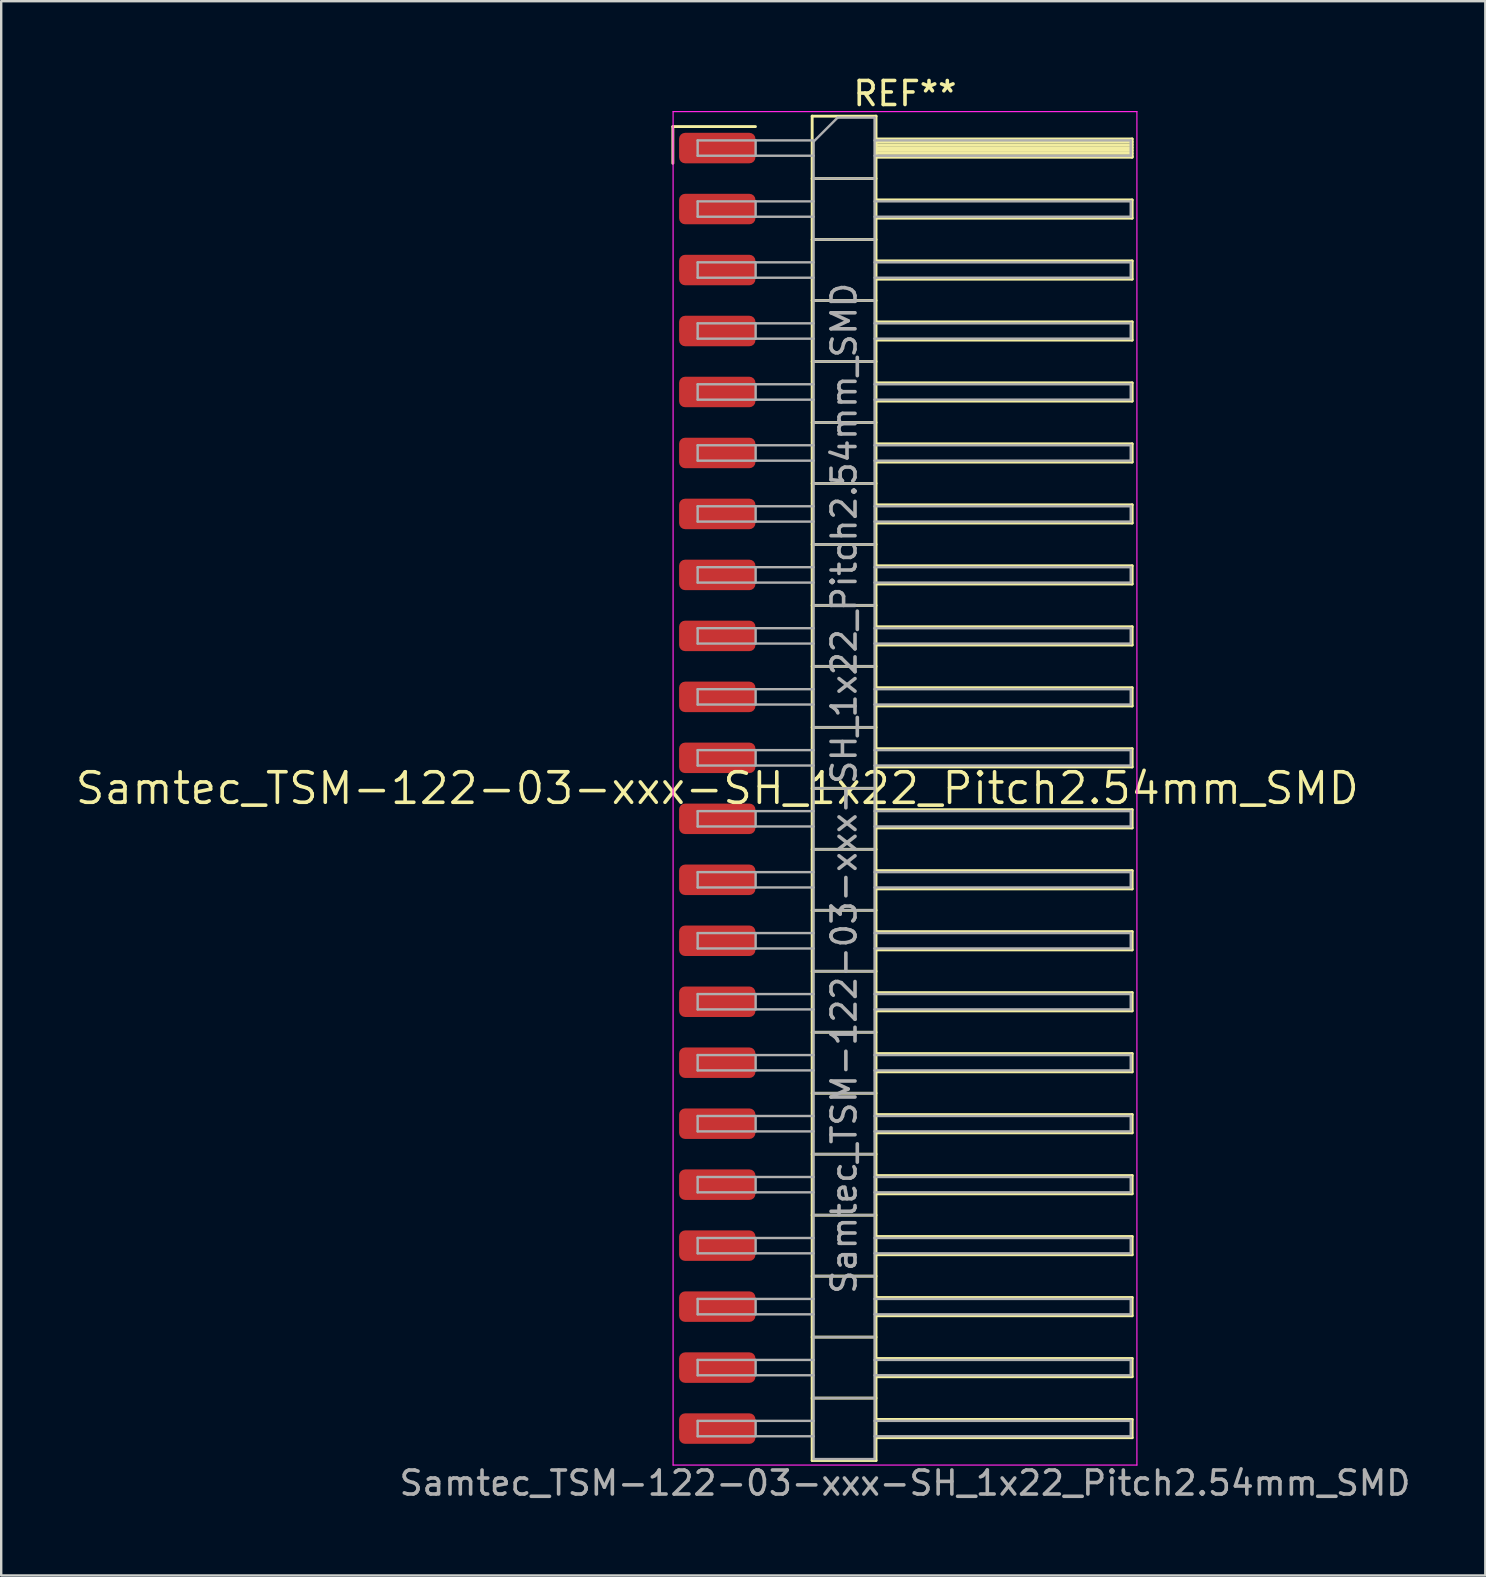
<source format=kicad_pcb>
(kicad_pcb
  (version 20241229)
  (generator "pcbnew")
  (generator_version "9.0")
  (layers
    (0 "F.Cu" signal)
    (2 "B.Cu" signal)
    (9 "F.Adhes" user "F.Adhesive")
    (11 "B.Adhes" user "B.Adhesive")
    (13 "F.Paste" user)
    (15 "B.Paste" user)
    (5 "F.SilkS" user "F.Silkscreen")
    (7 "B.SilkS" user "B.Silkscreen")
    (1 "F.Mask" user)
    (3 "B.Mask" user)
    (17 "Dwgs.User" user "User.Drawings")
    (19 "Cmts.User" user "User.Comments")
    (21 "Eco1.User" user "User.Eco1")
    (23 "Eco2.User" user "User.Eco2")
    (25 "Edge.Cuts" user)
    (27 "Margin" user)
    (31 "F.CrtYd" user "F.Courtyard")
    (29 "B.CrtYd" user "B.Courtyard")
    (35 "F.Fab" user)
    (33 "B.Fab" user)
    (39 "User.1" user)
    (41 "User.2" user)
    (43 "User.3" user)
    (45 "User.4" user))
  (footprint "Samtec_TSM-122-03-xxx-SH_1x22_Pitch2.54mm_SMD"
    (layer "F.Cu")
    (at 26.828 29.788)
    (property "Reference" "Samtec_TSM-122-03-xxx-SH_1x22_Pitch2.54mm_SMD" (at 0 0 0) (layer "F.SilkS") (effects (font (size 1.27 1.27) (thickness 0.15))))
    (attr smd)
    (fp_line (start -1.85 -27.565) (end 1.59 -27.565) (stroke (width 0.12) (type solid)) (layer "F.SilkS"))
    (fp_line (start -1.85 -26.035) (end -1.85 -27.565) (stroke (width 0.12) (type solid)) (layer "F.SilkS"))
    (fp_line (start 3.953 -28) (end 6.613 -28) (stroke (width 0.12) (type solid)) (layer "F.SilkS"))
    (fp_line (start 3.953 -25.4) (end 6.613 -25.4) (stroke (width 0.12) (type solid)) (layer "F.SilkS"))
    (fp_line (start 3.953 -22.86) (end 6.613 -22.86) (stroke (width 0.12) (type solid)) (layer "F.SilkS"))
    (fp_line (start 3.953 -20.32) (end 6.613 -20.32) (stroke (width 0.12) (type solid)) (layer "F.SilkS"))
    (fp_line (start 3.953 -17.78) (end 6.613 -17.78) (stroke (width 0.12) (type solid)) (layer "F.SilkS"))
    (fp_line (start 3.953 -15.24) (end 6.613 -15.24) (stroke (width 0.12) (type solid)) (layer "F.SilkS"))
    (fp_line (start 3.953 -12.7) (end 6.613 -12.7) (stroke (width 0.12) (type solid)) (layer "F.SilkS"))
    (fp_line (start 3.953 -10.16) (end 6.613 -10.16) (stroke (width 0.12) (type solid)) (layer "F.SilkS"))
    (fp_line (start 3.953 -7.62) (end 6.613 -7.62) (stroke (width 0.12) (type solid)) (layer "F.SilkS"))
    (fp_line (start 3.953 -5.08) (end 6.613 -5.08) (stroke (width 0.12) (type solid)) (layer "F.SilkS"))
    (fp_line (start 3.953 -2.54) (end 6.613 -2.54) (stroke (width 0.12) (type solid)) (layer "F.SilkS"))
    (fp_line (start 3.953 0) (end 6.613 0) (stroke (width 0.12) (type solid)) (layer "F.SilkS"))
    (fp_line (start 3.953 2.54) (end 6.613 2.54) (stroke (width 0.12) (type solid)) (layer "F.SilkS"))
    (fp_line (start 3.953 5.08) (end 6.613 5.08) (stroke (width 0.12) (type solid)) (layer "F.SilkS"))
    (fp_line (start 3.953 7.62) (end 6.613 7.62) (stroke (width 0.12) (type solid)) (layer "F.SilkS"))
    (fp_line (start 3.953 10.16) (end 6.613 10.16) (stroke (width 0.12) (type solid)) (layer "F.SilkS"))
    (fp_line (start 3.953 12.7) (end 6.613 12.7) (stroke (width 0.12) (type solid)) (layer "F.SilkS"))
    (fp_line (start 3.953 15.24) (end 6.613 15.24) (stroke (width 0.12) (type solid)) (layer "F.SilkS"))
    (fp_line (start 3.953 17.78) (end 6.613 17.78) (stroke (width 0.12) (type solid)) (layer "F.SilkS"))
    (fp_line (start 3.953 20.32) (end 6.613 20.32) (stroke (width 0.12) (type solid)) (layer "F.SilkS"))
    (fp_line (start 3.953 22.86) (end 6.613 22.86) (stroke (width 0.12) (type solid)) (layer "F.SilkS"))
    (fp_line (start 3.953 25.4) (end 6.613 25.4) (stroke (width 0.12) (type solid)) (layer "F.SilkS"))
    (fp_line (start 3.953 28) (end 3.953 -28) (stroke (width 0.12) (type solid)) (layer "F.SilkS"))
    (fp_line (start 6.613 -28) (end 6.613 28) (stroke (width 0.12) (type solid)) (layer "F.SilkS"))
    (fp_line (start 6.613 -27.05) (end 17.283 -27.05) (stroke (width 0.12) (type solid)) (layer "F.SilkS"))
    (fp_line (start 6.613 -26.93) (end 17.283 -26.93) (stroke (width 0.12) (type solid)) (layer "F.SilkS"))
    (fp_line (start 6.613 -26.81) (end 17.283 -26.81) (stroke (width 0.12) (type solid)) (layer "F.SilkS"))
    (fp_line (start 6.613 -26.69) (end 17.283 -26.69) (stroke (width 0.12) (type solid)) (layer "F.SilkS"))
    (fp_line (start 6.613 -26.57) (end 17.283 -26.57) (stroke (width 0.12) (type solid)) (layer "F.SilkS"))
    (fp_line (start 6.613 -26.45) (end 17.283 -26.45) (stroke (width 0.12) (type solid)) (layer "F.SilkS"))
    (fp_line (start 6.613 -26.33) (end 17.283 -26.33) (stroke (width 0.12) (type solid)) (layer "F.SilkS"))
    (fp_line (start 6.613 -26.29) (end 17.283 -26.29) (stroke (width 0.12) (type solid)) (layer "F.SilkS"))
    (fp_line (start 6.613 -24.51) (end 17.283 -24.51) (stroke (width 0.12) (type solid)) (layer "F.SilkS"))
    (fp_line (start 6.613 -23.75) (end 17.283 -23.75) (stroke (width 0.12) (type solid)) (layer "F.SilkS"))
    (fp_line (start 6.613 -21.97) (end 17.283 -21.97) (stroke (width 0.12) (type solid)) (layer "F.SilkS"))
    (fp_line (start 6.613 -21.21) (end 17.283 -21.21) (stroke (width 0.12) (type solid)) (layer "F.SilkS"))
    (fp_line (start 6.613 -19.43) (end 17.283 -19.43) (stroke (width 0.12) (type solid)) (layer "F.SilkS"))
    (fp_line (start 6.613 -18.67) (end 17.283 -18.67) (stroke (width 0.12) (type solid)) (layer "F.SilkS"))
    (fp_line (start 6.613 -16.89) (end 17.283 -16.89) (stroke (width 0.12) (type solid)) (layer "F.SilkS"))
    (fp_line (start 6.613 -16.13) (end 17.283 -16.13) (stroke (width 0.12) (type solid)) (layer "F.SilkS"))
    (fp_line (start 6.613 -14.35) (end 17.283 -14.35) (stroke (width 0.12) (type solid)) (layer "F.SilkS"))
    (fp_line (start 6.613 -13.59) (end 17.283 -13.59) (stroke (width 0.12) (type solid)) (layer "F.SilkS"))
    (fp_line (start 6.613 -11.81) (end 17.283 -11.81) (stroke (width 0.12) (type solid)) (layer "F.SilkS"))
    (fp_line (start 6.613 -11.05) (end 17.283 -11.05) (stroke (width 0.12) (type solid)) (layer "F.SilkS"))
    (fp_line (start 6.613 -9.27) (end 17.283 -9.27) (stroke (width 0.12) (type solid)) (layer "F.SilkS"))
    (fp_line (start 6.613 -8.51) (end 17.283 -8.51) (stroke (width 0.12) (type solid)) (layer "F.SilkS"))
    (fp_line (start 6.613 -6.73) (end 17.283 -6.73) (stroke (width 0.12) (type solid)) (layer "F.SilkS"))
    (fp_line (start 6.613 -5.97) (end 17.283 -5.97) (stroke (width 0.12) (type solid)) (layer "F.SilkS"))
    (fp_line (start 6.613 -4.19) (end 17.283 -4.19) (stroke (width 0.12) (type solid)) (layer "F.SilkS"))
    (fp_line (start 6.613 -3.43) (end 17.283 -3.43) (stroke (width 0.12) (type solid)) (layer "F.SilkS"))
    (fp_line (start 6.613 -1.65) (end 17.283 -1.65) (stroke (width 0.12) (type solid)) (layer "F.SilkS"))
    (fp_line (start 6.613 -0.89) (end 17.283 -0.89) (stroke (width 0.12) (type solid)) (layer "F.SilkS"))
    (fp_line (start 6.613 0.89) (end 17.283 0.89) (stroke (width 0.12) (type solid)) (layer "F.SilkS"))
    (fp_line (start 6.613 1.65) (end 17.283 1.65) (stroke (width 0.12) (type solid)) (layer "F.SilkS"))
    (fp_line (start 6.613 3.43) (end 17.283 3.43) (stroke (width 0.12) (type solid)) (layer "F.SilkS"))
    (fp_line (start 6.613 4.19) (end 17.283 4.19) (stroke (width 0.12) (type solid)) (layer "F.SilkS"))
    (fp_line (start 6.613 5.97) (end 17.283 5.97) (stroke (width 0.12) (type solid)) (layer "F.SilkS"))
    (fp_line (start 6.613 6.73) (end 17.283 6.73) (stroke (width 0.12) (type solid)) (layer "F.SilkS"))
    (fp_line (start 6.613 8.51) (end 17.283 8.51) (stroke (width 0.12) (type solid)) (layer "F.SilkS"))
    (fp_line (start 6.613 9.27) (end 17.283 9.27) (stroke (width 0.12) (type solid)) (layer "F.SilkS"))
    (fp_line (start 6.613 11.05) (end 17.283 11.05) (stroke (width 0.12) (type solid)) (layer "F.SilkS"))
    (fp_line (start 6.613 11.81) (end 17.283 11.81) (stroke (width 0.12) (type solid)) (layer "F.SilkS"))
    (fp_line (start 6.613 13.59) (end 17.283 13.59) (stroke (width 0.12) (type solid)) (layer "F.SilkS"))
    (fp_line (start 6.613 14.35) (end 17.283 14.35) (stroke (width 0.12) (type solid)) (layer "F.SilkS"))
    (fp_line (start 6.613 16.13) (end 17.283 16.13) (stroke (width 0.12) (type solid)) (layer "F.SilkS"))
    (fp_line (start 6.613 16.89) (end 17.283 16.89) (stroke (width 0.12) (type solid)) (layer "F.SilkS"))
    (fp_line (start 6.613 18.67) (end 17.283 18.67) (stroke (width 0.12) (type solid)) (layer "F.SilkS"))
    (fp_line (start 6.613 19.43) (end 17.283 19.43) (stroke (width 0.12) (type solid)) (layer "F.SilkS"))
    (fp_line (start 6.613 21.21) (end 17.283 21.21) (stroke (width 0.12) (type solid)) (layer "F.SilkS"))
    (fp_line (start 6.613 21.97) (end 17.283 21.97) (stroke (width 0.12) (type solid)) (layer "F.SilkS"))
    (fp_line (start 6.613 23.75) (end 17.283 23.75) (stroke (width 0.12) (type solid)) (layer "F.SilkS"))
    (fp_line (start 6.613 24.51) (end 17.283 24.51) (stroke (width 0.12) (type solid)) (layer "F.SilkS"))
    (fp_line (start 6.613 26.29) (end 17.283 26.29) (stroke (width 0.12) (type solid)) (layer "F.SilkS"))
    (fp_line (start 6.613 27.05) (end 17.283 27.05) (stroke (width 0.12) (type solid)) (layer "F.SilkS"))
    (fp_line (start 6.613 28) (end 3.953 28) (stroke (width 0.12) (type solid)) (layer "F.SilkS"))
    (fp_line (start 17.283 -27.05) (end 17.283 -26.29) (stroke (width 0.12) (type solid)) (layer "F.SilkS"))
    (fp_line (start 17.283 -24.51) (end 17.283 -23.75) (stroke (width 0.12) (type solid)) (layer "F.SilkS"))
    (fp_line (start 17.283 -21.97) (end 17.283 -21.21) (stroke (width 0.12) (type solid)) (layer "F.SilkS"))
    (fp_line (start 17.283 -19.43) (end 17.283 -18.67) (stroke (width 0.12) (type solid)) (layer "F.SilkS"))
    (fp_line (start 17.283 -16.89) (end 17.283 -16.13) (stroke (width 0.12) (type solid)) (layer "F.SilkS"))
    (fp_line (start 17.283 -14.35) (end 17.283 -13.59) (stroke (width 0.12) (type solid)) (layer "F.SilkS"))
    (fp_line (start 17.283 -11.81) (end 17.283 -11.05) (stroke (width 0.12) (type solid)) (layer "F.SilkS"))
    (fp_line (start 17.283 -9.27) (end 17.283 -8.51) (stroke (width 0.12) (type solid)) (layer "F.SilkS"))
    (fp_line (start 17.283 -6.73) (end 17.283 -5.97) (stroke (width 0.12) (type solid)) (layer "F.SilkS"))
    (fp_line (start 17.283 -4.19) (end 17.283 -3.43) (stroke (width 0.12) (type solid)) (layer "F.SilkS"))
    (fp_line (start 17.283 -1.65) (end 17.283 -0.89) (stroke (width 0.12) (type solid)) (layer "F.SilkS"))
    (fp_line (start 17.283 0.89) (end 17.283 1.65) (stroke (width 0.12) (type solid)) (layer "F.SilkS"))
    (fp_line (start 17.283 3.43) (end 17.283 4.19) (stroke (width 0.12) (type solid)) (layer "F.SilkS"))
    (fp_line (start 17.283 5.97) (end 17.283 6.73) (stroke (width 0.12) (type solid)) (layer "F.SilkS"))
    (fp_line (start 17.283 8.51) (end 17.283 9.27) (stroke (width 0.12) (type solid)) (layer "F.SilkS"))
    (fp_line (start 17.283 11.05) (end 17.283 11.81) (stroke (width 0.12) (type solid)) (layer "F.SilkS"))
    (fp_line (start 17.283 13.59) (end 17.283 14.35) (stroke (width 0.12) (type solid)) (layer "F.SilkS"))
    (fp_line (start 17.283 16.13) (end 17.283 16.89) (stroke (width 0.12) (type solid)) (layer "F.SilkS"))
    (fp_line (start 17.283 18.67) (end 17.283 19.43) (stroke (width 0.12) (type solid)) (layer "F.SilkS"))
    (fp_line (start 17.283 21.21) (end 17.283 21.97) (stroke (width 0.12) (type solid)) (layer "F.SilkS"))
    (fp_line (start 17.283 23.75) (end 17.283 24.51) (stroke (width 0.12) (type solid)) (layer "F.SilkS"))
    (fp_line (start 17.283 26.29) (end 17.283 27.05) (stroke (width 0.12) (type solid)) (layer "F.SilkS"))
    (fp_line (start -1.84 -28.19) (end 17.48 -28.19) (stroke (width 0.05) (type solid)) (layer "F.CrtYd"))
    (fp_line (start -1.84 28.19) (end -1.84 -28.19) (stroke (width 0.05) (type solid)) (layer "F.CrtYd"))
    (fp_line (start 17.48 -28.19) (end 17.48 28.19) (stroke (width 0.05) (type solid)) (layer "F.CrtYd"))
    (fp_line (start 17.48 28.19) (end -1.84 28.19) (stroke (width 0.05) (type solid)) (layer "F.CrtYd"))
    (fp_line (start -0.817 -26.99) (end -0.817 -26.35) (stroke (width 0.1) (type solid)) (layer "F.Fab"))
    (fp_line (start -0.817 -26.99) (end 4.013 -26.99) (stroke (width 0.1) (type solid)) (layer "F.Fab"))
    (fp_line (start -0.817 -26.35) (end 4.013 -26.35) (stroke (width 0.1) (type solid)) (layer "F.Fab"))
    (fp_line (start -0.817 -24.45) (end -0.817 -23.81) (stroke (width 0.1) (type solid)) (layer "F.Fab"))
    (fp_line (start -0.817 -24.45) (end 4.013 -24.45) (stroke (width 0.1) (type solid)) (layer "F.Fab"))
    (fp_line (start -0.817 -23.81) (end 4.013 -23.81) (stroke (width 0.1) (type solid)) (layer "F.Fab"))
    (fp_line (start -0.817 -21.91) (end -0.817 -21.27) (stroke (width 0.1) (type solid)) (layer "F.Fab"))
    (fp_line (start -0.817 -21.91) (end 4.013 -21.91) (stroke (width 0.1) (type solid)) (layer "F.Fab"))
    (fp_line (start -0.817 -21.27) (end 4.013 -21.27) (stroke (width 0.1) (type solid)) (layer "F.Fab"))
    (fp_line (start -0.817 -19.37) (end -0.817 -18.73) (stroke (width 0.1) (type solid)) (layer "F.Fab"))
    (fp_line (start -0.817 -19.37) (end 4.013 -19.37) (stroke (width 0.1) (type solid)) (layer "F.Fab"))
    (fp_line (start -0.817 -18.73) (end 4.013 -18.73) (stroke (width 0.1) (type solid)) (layer "F.Fab"))
    (fp_line (start -0.817 -16.83) (end -0.817 -16.19) (stroke (width 0.1) (type solid)) (layer "F.Fab"))
    (fp_line (start -0.817 -16.83) (end 4.013 -16.83) (stroke (width 0.1) (type solid)) (layer "F.Fab"))
    (fp_line (start -0.817 -16.19) (end 4.013 -16.19) (stroke (width 0.1) (type solid)) (layer "F.Fab"))
    (fp_line (start -0.817 -14.29) (end -0.817 -13.65) (stroke (width 0.1) (type solid)) (layer "F.Fab"))
    (fp_line (start -0.817 -14.29) (end 4.013 -14.29) (stroke (width 0.1) (type solid)) (layer "F.Fab"))
    (fp_line (start -0.817 -13.65) (end 4.013 -13.65) (stroke (width 0.1) (type solid)) (layer "F.Fab"))
    (fp_line (start -0.817 -11.75) (end -0.817 -11.11) (stroke (width 0.1) (type solid)) (layer "F.Fab"))
    (fp_line (start -0.817 -11.75) (end 4.013 -11.75) (stroke (width 0.1) (type solid)) (layer "F.Fab"))
    (fp_line (start -0.817 -11.11) (end 4.013 -11.11) (stroke (width 0.1) (type solid)) (layer "F.Fab"))
    (fp_line (start -0.817 -9.21) (end -0.817 -8.57) (stroke (width 0.1) (type solid)) (layer "F.Fab"))
    (fp_line (start -0.817 -9.21) (end 4.013 -9.21) (stroke (width 0.1) (type solid)) (layer "F.Fab"))
    (fp_line (start -0.817 -8.57) (end 4.013 -8.57) (stroke (width 0.1) (type solid)) (layer "F.Fab"))
    (fp_line (start -0.817 -6.67) (end -0.817 -6.03) (stroke (width 0.1) (type solid)) (layer "F.Fab"))
    (fp_line (start -0.817 -6.67) (end 4.013 -6.67) (stroke (width 0.1) (type solid)) (layer "F.Fab"))
    (fp_line (start -0.817 -6.03) (end 4.013 -6.03) (stroke (width 0.1) (type solid)) (layer "F.Fab"))
    (fp_line (start -0.817 -4.13) (end -0.817 -3.49) (stroke (width 0.1) (type solid)) (layer "F.Fab"))
    (fp_line (start -0.817 -4.13) (end 4.013 -4.13) (stroke (width 0.1) (type solid)) (layer "F.Fab"))
    (fp_line (start -0.817 -3.49) (end 4.013 -3.49) (stroke (width 0.1) (type solid)) (layer "F.Fab"))
    (fp_line (start -0.817 -1.59) (end -0.817 -0.95) (stroke (width 0.1) (type solid)) (layer "F.Fab"))
    (fp_line (start -0.817 -1.59) (end 4.013 -1.59) (stroke (width 0.1) (type solid)) (layer "F.Fab"))
    (fp_line (start -0.817 -0.95) (end 4.013 -0.95) (stroke (width 0.1) (type solid)) (layer "F.Fab"))
    (fp_line (start -0.817 0.95) (end -0.817 1.59) (stroke (width 0.1) (type solid)) (layer "F.Fab"))
    (fp_line (start -0.817 0.95) (end 4.013 0.95) (stroke (width 0.1) (type solid)) (layer "F.Fab"))
    (fp_line (start -0.817 1.59) (end 4.013 1.59) (stroke (width 0.1) (type solid)) (layer "F.Fab"))
    (fp_line (start -0.817 3.49) (end -0.817 4.13) (stroke (width 0.1) (type solid)) (layer "F.Fab"))
    (fp_line (start -0.817 3.49) (end 4.013 3.49) (stroke (width 0.1) (type solid)) (layer "F.Fab"))
    (fp_line (start -0.817 4.13) (end 4.013 4.13) (stroke (width 0.1) (type solid)) (layer "F.Fab"))
    (fp_line (start -0.817 6.03) (end -0.817 6.67) (stroke (width 0.1) (type solid)) (layer "F.Fab"))
    (fp_line (start -0.817 6.03) (end 4.013 6.03) (stroke (width 0.1) (type solid)) (layer "F.Fab"))
    (fp_line (start -0.817 6.67) (end 4.013 6.67) (stroke (width 0.1) (type solid)) (layer "F.Fab"))
    (fp_line (start -0.817 8.57) (end -0.817 9.21) (stroke (width 0.1) (type solid)) (layer "F.Fab"))
    (fp_line (start -0.817 8.57) (end 4.013 8.57) (stroke (width 0.1) (type solid)) (layer "F.Fab"))
    (fp_line (start -0.817 9.21) (end 4.013 9.21) (stroke (width 0.1) (type solid)) (layer "F.Fab"))
    (fp_line (start -0.817 11.11) (end -0.817 11.75) (stroke (width 0.1) (type solid)) (layer "F.Fab"))
    (fp_line (start -0.817 11.11) (end 4.013 11.11) (stroke (width 0.1) (type solid)) (layer "F.Fab"))
    (fp_line (start -0.817 11.75) (end 4.013 11.75) (stroke (width 0.1) (type solid)) (layer "F.Fab"))
    (fp_line (start -0.817 13.65) (end -0.817 14.29) (stroke (width 0.1) (type solid)) (layer "F.Fab"))
    (fp_line (start -0.817 13.65) (end 4.013 13.65) (stroke (width 0.1) (type solid)) (layer "F.Fab"))
    (fp_line (start -0.817 14.29) (end 4.013 14.29) (stroke (width 0.1) (type solid)) (layer "F.Fab"))
    (fp_line (start -0.817 16.19) (end -0.817 16.83) (stroke (width 0.1) (type solid)) (layer "F.Fab"))
    (fp_line (start -0.817 16.19) (end 4.013 16.19) (stroke (width 0.1) (type solid)) (layer "F.Fab"))
    (fp_line (start -0.817 16.83) (end 4.013 16.83) (stroke (width 0.1) (type solid)) (layer "F.Fab"))
    (fp_line (start -0.817 18.73) (end -0.817 19.37) (stroke (width 0.1) (type solid)) (layer "F.Fab"))
    (fp_line (start -0.817 18.73) (end 4.013 18.73) (stroke (width 0.1) (type solid)) (layer "F.Fab"))
    (fp_line (start -0.817 19.37) (end 4.013 19.37) (stroke (width 0.1) (type solid)) (layer "F.Fab"))
    (fp_line (start -0.817 21.27) (end -0.817 21.91) (stroke (width 0.1) (type solid)) (layer "F.Fab"))
    (fp_line (start -0.817 21.27) (end 4.013 21.27) (stroke (width 0.1) (type solid)) (layer "F.Fab"))
    (fp_line (start -0.817 21.91) (end 4.013 21.91) (stroke (width 0.1) (type solid)) (layer "F.Fab"))
    (fp_line (start -0.817 23.81) (end -0.817 24.45) (stroke (width 0.1) (type solid)) (layer "F.Fab"))
    (fp_line (start -0.817 23.81) (end 4.013 23.81) (stroke (width 0.1) (type solid)) (layer "F.Fab"))
    (fp_line (start -0.817 24.45) (end 4.013 24.45) (stroke (width 0.1) (type solid)) (layer "F.Fab"))
    (fp_line (start -0.817 26.35) (end -0.817 26.99) (stroke (width 0.1) (type solid)) (layer "F.Fab"))
    (fp_line (start -0.817 26.35) (end 4.013 26.35) (stroke (width 0.1) (type solid)) (layer "F.Fab"))
    (fp_line (start -0.817 26.99) (end 4.013 26.99) (stroke (width 0.1) (type solid)) (layer "F.Fab"))
    (fp_line (start 1.598 -26.99) (end 1.598 -26.35) (stroke (width 0.1) (type solid)) (layer "F.Fab"))
    (fp_line (start 1.598 -24.45) (end 1.598 -23.81) (stroke (width 0.1) (type solid)) (layer "F.Fab"))
    (fp_line (start 1.598 -21.91) (end 1.598 -21.27) (stroke (width 0.1) (type solid)) (layer "F.Fab"))
    (fp_line (start 1.598 -19.37) (end 1.598 -18.73) (stroke (width 0.1) (type solid)) (layer "F.Fab"))
    (fp_line (start 1.598 -16.83) (end 1.598 -16.19) (stroke (width 0.1) (type solid)) (layer "F.Fab"))
    (fp_line (start 1.598 -14.29) (end 1.598 -13.65) (stroke (width 0.1) (type solid)) (layer "F.Fab"))
    (fp_line (start 1.598 -11.75) (end 1.598 -11.11) (stroke (width 0.1) (type solid)) (layer "F.Fab"))
    (fp_line (start 1.598 -9.21) (end 1.598 -8.57) (stroke (width 0.1) (type solid)) (layer "F.Fab"))
    (fp_line (start 1.598 -6.67) (end 1.598 -6.03) (stroke (width 0.1) (type solid)) (layer "F.Fab"))
    (fp_line (start 1.598 -4.13) (end 1.598 -3.49) (stroke (width 0.1) (type solid)) (layer "F.Fab"))
    (fp_line (start 1.598 -1.59) (end 1.598 -0.95) (stroke (width 0.1) (type solid)) (layer "F.Fab"))
    (fp_line (start 1.598 0.95) (end 1.598 1.59) (stroke (width 0.1) (type solid)) (layer "F.Fab"))
    (fp_line (start 1.598 3.49) (end 1.598 4.13) (stroke (width 0.1) (type solid)) (layer "F.Fab"))
    (fp_line (start 1.598 6.03) (end 1.598 6.67) (stroke (width 0.1) (type solid)) (layer "F.Fab"))
    (fp_line (start 1.598 8.57) (end 1.598 9.21) (stroke (width 0.1) (type solid)) (layer "F.Fab"))
    (fp_line (start 1.598 11.11) (end 1.598 11.75) (stroke (width 0.1) (type solid)) (layer "F.Fab"))
    (fp_line (start 1.598 13.65) (end 1.598 14.29) (stroke (width 0.1) (type solid)) (layer "F.Fab"))
    (fp_line (start 1.598 16.19) (end 1.598 16.83) (stroke (width 0.1) (type solid)) (layer "F.Fab"))
    (fp_line (start 1.598 18.73) (end 1.598 19.37) (stroke (width 0.1) (type solid)) (layer "F.Fab"))
    (fp_line (start 1.598 21.27) (end 1.598 21.91) (stroke (width 0.1) (type solid)) (layer "F.Fab"))
    (fp_line (start 1.598 23.81) (end 1.598 24.45) (stroke (width 0.1) (type solid)) (layer "F.Fab"))
    (fp_line (start 1.598 26.35) (end 1.598 26.99) (stroke (width 0.1) (type solid)) (layer "F.Fab"))
    (fp_line (start 4.013 -26.94) (end 5.013 -27.94) (stroke (width 0.1) (type solid)) (layer "F.Fab"))
    (fp_line (start 4.013 -25.4) (end 6.553 -25.4) (stroke (width 0.1) (type solid)) (layer "F.Fab"))
    (fp_line (start 4.013 -22.86) (end 6.553 -22.86) (stroke (width 0.1) (type solid)) (layer "F.Fab"))
    (fp_line (start 4.013 -20.32) (end 6.553 -20.32) (stroke (width 0.1) (type solid)) (layer "F.Fab"))
    (fp_line (start 4.013 -17.78) (end 6.553 -17.78) (stroke (width 0.1) (type solid)) (layer "F.Fab"))
    (fp_line (start 4.013 -15.24) (end 6.553 -15.24) (stroke (width 0.1) (type solid)) (layer "F.Fab"))
    (fp_line (start 4.013 -12.7) (end 6.553 -12.7) (stroke (width 0.1) (type solid)) (layer "F.Fab"))
    (fp_line (start 4.013 -10.16) (end 6.553 -10.16) (stroke (width 0.1) (type solid)) (layer "F.Fab"))
    (fp_line (start 4.013 -7.62) (end 6.553 -7.62) (stroke (width 0.1) (type solid)) (layer "F.Fab"))
    (fp_line (start 4.013 -5.08) (end 6.553 -5.08) (stroke (width 0.1) (type solid)) (layer "F.Fab"))
    (fp_line (start 4.013 -2.54) (end 6.553 -2.54) (stroke (width 0.1) (type solid)) (layer "F.Fab"))
    (fp_line (start 4.013 0) (end 6.553 0) (stroke (width 0.1) (type solid)) (layer "F.Fab"))
    (fp_line (start 4.013 2.54) (end 6.553 2.54) (stroke (width 0.1) (type solid)) (layer "F.Fab"))
    (fp_line (start 4.013 5.08) (end 6.553 5.08) (stroke (width 0.1) (type solid)) (layer "F.Fab"))
    (fp_line (start 4.013 7.62) (end 6.553 7.62) (stroke (width 0.1) (type solid)) (layer "F.Fab"))
    (fp_line (start 4.013 10.16) (end 6.553 10.16) (stroke (width 0.1) (type solid)) (layer "F.Fab"))
    (fp_line (start 4.013 12.7) (end 6.553 12.7) (stroke (width 0.1) (type solid)) (layer "F.Fab"))
    (fp_line (start 4.013 15.24) (end 6.553 15.24) (stroke (width 0.1) (type solid)) (layer "F.Fab"))
    (fp_line (start 4.013 17.78) (end 6.553 17.78) (stroke (width 0.1) (type solid)) (layer "F.Fab"))
    (fp_line (start 4.013 20.32) (end 6.553 20.32) (stroke (width 0.1) (type solid)) (layer "F.Fab"))
    (fp_line (start 4.013 22.86) (end 6.553 22.86) (stroke (width 0.1) (type solid)) (layer "F.Fab"))
    (fp_line (start 4.013 25.4) (end 6.553 25.4) (stroke (width 0.1) (type solid)) (layer "F.Fab"))
    (fp_line (start 4.013 27.94) (end 4.013 -26.94) (stroke (width 0.1) (type solid)) (layer "F.Fab"))
    (fp_line (start 5.013 -27.94) (end 6.553 -27.94) (stroke (width 0.1) (type solid)) (layer "F.Fab"))
    (fp_line (start 6.553 -27.94) (end 6.553 27.94) (stroke (width 0.1) (type solid)) (layer "F.Fab"))
    (fp_line (start 6.553 -26.99) (end 17.223 -26.99) (stroke (width 0.1) (type solid)) (layer "F.Fab"))
    (fp_line (start 6.553 -26.35) (end 17.223 -26.35) (stroke (width 0.1) (type solid)) (layer "F.Fab"))
    (fp_line (start 6.553 -24.45) (end 17.223 -24.45) (stroke (width 0.1) (type solid)) (layer "F.Fab"))
    (fp_line (start 6.553 -23.81) (end 17.223 -23.81) (stroke (width 0.1) (type solid)) (layer "F.Fab"))
    (fp_line (start 6.553 -21.91) (end 17.223 -21.91) (stroke (width 0.1) (type solid)) (layer "F.Fab"))
    (fp_line (start 6.553 -21.27) (end 17.223 -21.27) (stroke (width 0.1) (type solid)) (layer "F.Fab"))
    (fp_line (start 6.553 -19.37) (end 17.223 -19.37) (stroke (width 0.1) (type solid)) (layer "F.Fab"))
    (fp_line (start 6.553 -18.73) (end 17.223 -18.73) (stroke (width 0.1) (type solid)) (layer "F.Fab"))
    (fp_line (start 6.553 -16.83) (end 17.223 -16.83) (stroke (width 0.1) (type solid)) (layer "F.Fab"))
    (fp_line (start 6.553 -16.19) (end 17.223 -16.19) (stroke (width 0.1) (type solid)) (layer "F.Fab"))
    (fp_line (start 6.553 -14.29) (end 17.223 -14.29) (stroke (width 0.1) (type solid)) (layer "F.Fab"))
    (fp_line (start 6.553 -13.65) (end 17.223 -13.65) (stroke (width 0.1) (type solid)) (layer "F.Fab"))
    (fp_line (start 6.553 -11.75) (end 17.223 -11.75) (stroke (width 0.1) (type solid)) (layer "F.Fab"))
    (fp_line (start 6.553 -11.11) (end 17.223 -11.11) (stroke (width 0.1) (type solid)) (layer "F.Fab"))
    (fp_line (start 6.553 -9.21) (end 17.223 -9.21) (stroke (width 0.1) (type solid)) (layer "F.Fab"))
    (fp_line (start 6.553 -8.57) (end 17.223 -8.57) (stroke (width 0.1) (type solid)) (layer "F.Fab"))
    (fp_line (start 6.553 -6.67) (end 17.223 -6.67) (stroke (width 0.1) (type solid)) (layer "F.Fab"))
    (fp_line (start 6.553 -6.03) (end 17.223 -6.03) (stroke (width 0.1) (type solid)) (layer "F.Fab"))
    (fp_line (start 6.553 -4.13) (end 17.223 -4.13) (stroke (width 0.1) (type solid)) (layer "F.Fab"))
    (fp_line (start 6.553 -3.49) (end 17.223 -3.49) (stroke (width 0.1) (type solid)) (layer "F.Fab"))
    (fp_line (start 6.553 -1.59) (end 17.223 -1.59) (stroke (width 0.1) (type solid)) (layer "F.Fab"))
    (fp_line (start 6.553 -0.95) (end 17.223 -0.95) (stroke (width 0.1) (type solid)) (layer "F.Fab"))
    (fp_line (start 6.553 0.95) (end 17.223 0.95) (stroke (width 0.1) (type solid)) (layer "F.Fab"))
    (fp_line (start 6.553 1.59) (end 17.223 1.59) (stroke (width 0.1) (type solid)) (layer "F.Fab"))
    (fp_line (start 6.553 3.49) (end 17.223 3.49) (stroke (width 0.1) (type solid)) (layer "F.Fab"))
    (fp_line (start 6.553 4.13) (end 17.223 4.13) (stroke (width 0.1) (type solid)) (layer "F.Fab"))
    (fp_line (start 6.553 6.03) (end 17.223 6.03) (stroke (width 0.1) (type solid)) (layer "F.Fab"))
    (fp_line (start 6.553 6.67) (end 17.223 6.67) (stroke (width 0.1) (type solid)) (layer "F.Fab"))
    (fp_line (start 6.553 8.57) (end 17.223 8.57) (stroke (width 0.1) (type solid)) (layer "F.Fab"))
    (fp_line (start 6.553 9.21) (end 17.223 9.21) (stroke (width 0.1) (type solid)) (layer "F.Fab"))
    (fp_line (start 6.553 11.11) (end 17.223 11.11) (stroke (width 0.1) (type solid)) (layer "F.Fab"))
    (fp_line (start 6.553 11.75) (end 17.223 11.75) (stroke (width 0.1) (type solid)) (layer "F.Fab"))
    (fp_line (start 6.553 13.65) (end 17.223 13.65) (stroke (width 0.1) (type solid)) (layer "F.Fab"))
    (fp_line (start 6.553 14.29) (end 17.223 14.29) (stroke (width 0.1) (type solid)) (layer "F.Fab"))
    (fp_line (start 6.553 16.19) (end 17.223 16.19) (stroke (width 0.1) (type solid)) (layer "F.Fab"))
    (fp_line (start 6.553 16.83) (end 17.223 16.83) (stroke (width 0.1) (type solid)) (layer "F.Fab"))
    (fp_line (start 6.553 18.73) (end 17.223 18.73) (stroke (width 0.1) (type solid)) (layer "F.Fab"))
    (fp_line (start 6.553 19.37) (end 17.223 19.37) (stroke (width 0.1) (type solid)) (layer "F.Fab"))
    (fp_line (start 6.553 21.27) (end 17.223 21.27) (stroke (width 0.1) (type solid)) (layer "F.Fab"))
    (fp_line (start 6.553 21.91) (end 17.223 21.91) (stroke (width 0.1) (type solid)) (layer "F.Fab"))
    (fp_line (start 6.553 23.81) (end 17.223 23.81) (stroke (width 0.1) (type solid)) (layer "F.Fab"))
    (fp_line (start 6.553 24.45) (end 17.223 24.45) (stroke (width 0.1) (type solid)) (layer "F.Fab"))
    (fp_line (start 6.553 26.35) (end 17.223 26.35) (stroke (width 0.1) (type solid)) (layer "F.Fab"))
    (fp_line (start 6.553 26.99) (end 17.223 26.99) (stroke (width 0.1) (type solid)) (layer "F.Fab"))
    (fp_line (start 6.553 27.94) (end 4.013 27.94) (stroke (width 0.1) (type solid)) (layer "F.Fab"))
    (fp_line (start 17.223 -26.99) (end 17.223 -26.35) (stroke (width 0.1) (type solid)) (layer "F.Fab"))
    (fp_line (start 17.223 -24.45) (end 17.223 -23.81) (stroke (width 0.1) (type solid)) (layer "F.Fab"))
    (fp_line (start 17.223 -21.91) (end 17.223 -21.27) (stroke (width 0.1) (type solid)) (layer "F.Fab"))
    (fp_line (start 17.223 -19.37) (end 17.223 -18.73) (stroke (width 0.1) (type solid)) (layer "F.Fab"))
    (fp_line (start 17.223 -16.83) (end 17.223 -16.19) (stroke (width 0.1) (type solid)) (layer "F.Fab"))
    (fp_line (start 17.223 -14.29) (end 17.223 -13.65) (stroke (width 0.1) (type solid)) (layer "F.Fab"))
    (fp_line (start 17.223 -11.75) (end 17.223 -11.11) (stroke (width 0.1) (type solid)) (layer "F.Fab"))
    (fp_line (start 17.223 -9.21) (end 17.223 -8.57) (stroke (width 0.1) (type solid)) (layer "F.Fab"))
    (fp_line (start 17.223 -6.67) (end 17.223 -6.03) (stroke (width 0.1) (type solid)) (layer "F.Fab"))
    (fp_line (start 17.223 -4.13) (end 17.223 -3.49) (stroke (width 0.1) (type solid)) (layer "F.Fab"))
    (fp_line (start 17.223 -1.59) (end 17.223 -0.95) (stroke (width 0.1) (type solid)) (layer "F.Fab"))
    (fp_line (start 17.223 0.95) (end 17.223 1.59) (stroke (width 0.1) (type solid)) (layer "F.Fab"))
    (fp_line (start 17.223 3.49) (end 17.223 4.13) (stroke (width 0.1) (type solid)) (layer "F.Fab"))
    (fp_line (start 17.223 6.03) (end 17.223 6.67) (stroke (width 0.1) (type solid)) (layer "F.Fab"))
    (fp_line (start 17.223 8.57) (end 17.223 9.21) (stroke (width 0.1) (type solid)) (layer "F.Fab"))
    (fp_line (start 17.223 11.11) (end 17.223 11.75) (stroke (width 0.1) (type solid)) (layer "F.Fab"))
    (fp_line (start 17.223 13.65) (end 17.223 14.29) (stroke (width 0.1) (type solid)) (layer "F.Fab"))
    (fp_line (start 17.223 16.19) (end 17.223 16.83) (stroke (width 0.1) (type solid)) (layer "F.Fab"))
    (fp_line (start 17.223 18.73) (end 17.223 19.37) (stroke (width 0.1) (type solid)) (layer "F.Fab"))
    (fp_line (start 17.223 21.27) (end 17.223 21.91) (stroke (width 0.1) (type solid)) (layer "F.Fab"))
    (fp_line (start 17.223 23.81) (end 17.223 24.45) (stroke (width 0.1) (type solid)) (layer "F.Fab"))
    (fp_line (start 17.223 26.35) (end 17.223 26.99) (stroke (width 0.1) (type solid)) (layer "F.Fab"))
    (fp_text user "REF**" (at 7.82 -28.94 0) (layer "F.SilkS") (effects (font (size 1 1) (thickness 0.15))))
    (fp_text user "Samtec_TSM-122-03-xxx-SH_1x22_Pitch2.54mm_SMD" (at 7.82 28.94 0) (layer "F.Fab") (effects (font (size 1 1) (thickness 0.15))))
    (fp_text user "${REFERENCE}" (at 5.283 0 90) (layer "F.Fab") (effects (font (size 1 1) (thickness 0.15))))
    (pad "1" smd roundrect (at 0 -26.67) (size 3.18 1.27) (layers "F.Cu" "F.Mask" "F.Paste") (roundrect_rratio 0.197))
    (pad "2" smd roundrect (at 0 -24.13) (size 3.18 1.27) (layers "F.Cu" "F.Mask" "F.Paste") (roundrect_rratio 0.197))
    (pad "3" smd roundrect (at 0 -21.59) (size 3.18 1.27) (layers "F.Cu" "F.Mask" "F.Paste") (roundrect_rratio 0.197))
    (pad "4" smd roundrect (at 0 -19.05) (size 3.18 1.27) (layers "F.Cu" "F.Mask" "F.Paste") (roundrect_rratio 0.197))
    (pad "5" smd roundrect (at 0 -16.51) (size 3.18 1.27) (layers "F.Cu" "F.Mask" "F.Paste") (roundrect_rratio 0.197))
    (pad "6" smd roundrect (at 0 -13.97) (size 3.18 1.27) (layers "F.Cu" "F.Mask" "F.Paste") (roundrect_rratio 0.197))
    (pad "7" smd roundrect (at 0 -11.43) (size 3.18 1.27) (layers "F.Cu" "F.Mask" "F.Paste") (roundrect_rratio 0.197))
    (pad "8" smd roundrect (at 0 -8.89) (size 3.18 1.27) (layers "F.Cu" "F.Mask" "F.Paste") (roundrect_rratio 0.197))
    (pad "9" smd roundrect (at 0 -6.35) (size 3.18 1.27) (layers "F.Cu" "F.Mask" "F.Paste") (roundrect_rratio 0.197))
    (pad "10" smd roundrect (at 0 -3.81) (size 3.18 1.27) (layers "F.Cu" "F.Mask" "F.Paste") (roundrect_rratio 0.197))
    (pad "11" smd roundrect (at 0 -1.27) (size 3.18 1.27) (layers "F.Cu" "F.Mask" "F.Paste") (roundrect_rratio 0.197))
    (pad "12" smd roundrect (at 0 1.27) (size 3.18 1.27) (layers "F.Cu" "F.Mask" "F.Paste") (roundrect_rratio 0.197))
    (pad "13" smd roundrect (at 0 3.81) (size 3.18 1.27) (layers "F.Cu" "F.Mask" "F.Paste") (roundrect_rratio 0.197))
    (pad "14" smd roundrect (at 0 6.35) (size 3.18 1.27) (layers "F.Cu" "F.Mask" "F.Paste") (roundrect_rratio 0.197))
    (pad "15" smd roundrect (at 0 8.89) (size 3.18 1.27) (layers "F.Cu" "F.Mask" "F.Paste") (roundrect_rratio 0.197))
    (pad "16" smd roundrect (at 0 11.43) (size 3.18 1.27) (layers "F.Cu" "F.Mask" "F.Paste") (roundrect_rratio 0.197))
    (pad "17" smd roundrect (at 0 13.97) (size 3.18 1.27) (layers "F.Cu" "F.Mask" "F.Paste") (roundrect_rratio 0.197))
    (pad "18" smd roundrect (at 0 16.51) (size 3.18 1.27) (layers "F.Cu" "F.Mask" "F.Paste") (roundrect_rratio 0.197))
    (pad "19" smd roundrect (at 0 19.05) (size 3.18 1.27) (layers "F.Cu" "F.Mask" "F.Paste") (roundrect_rratio 0.197))
    (pad "20" smd roundrect (at 0 21.59) (size 3.18 1.27) (layers "F.Cu" "F.Mask" "F.Paste") (roundrect_rratio 0.197))
    (pad "21" smd roundrect (at 0 24.13) (size 3.18 1.27) (layers "F.Cu" "F.Mask" "F.Paste") (roundrect_rratio 0.197))
    (pad "22" smd roundrect (at 0 26.67) (size 3.18 1.27) (layers "F.Cu" "F.Mask" "F.Paste") (roundrect_rratio 0.197)))
  (gr_rect
    (start -3 -3)
    (end 58.821 62.577)
    (stroke (width 0.1) (type default))
    (fill no)
    (layer "Edge.Cuts")))
</source>
